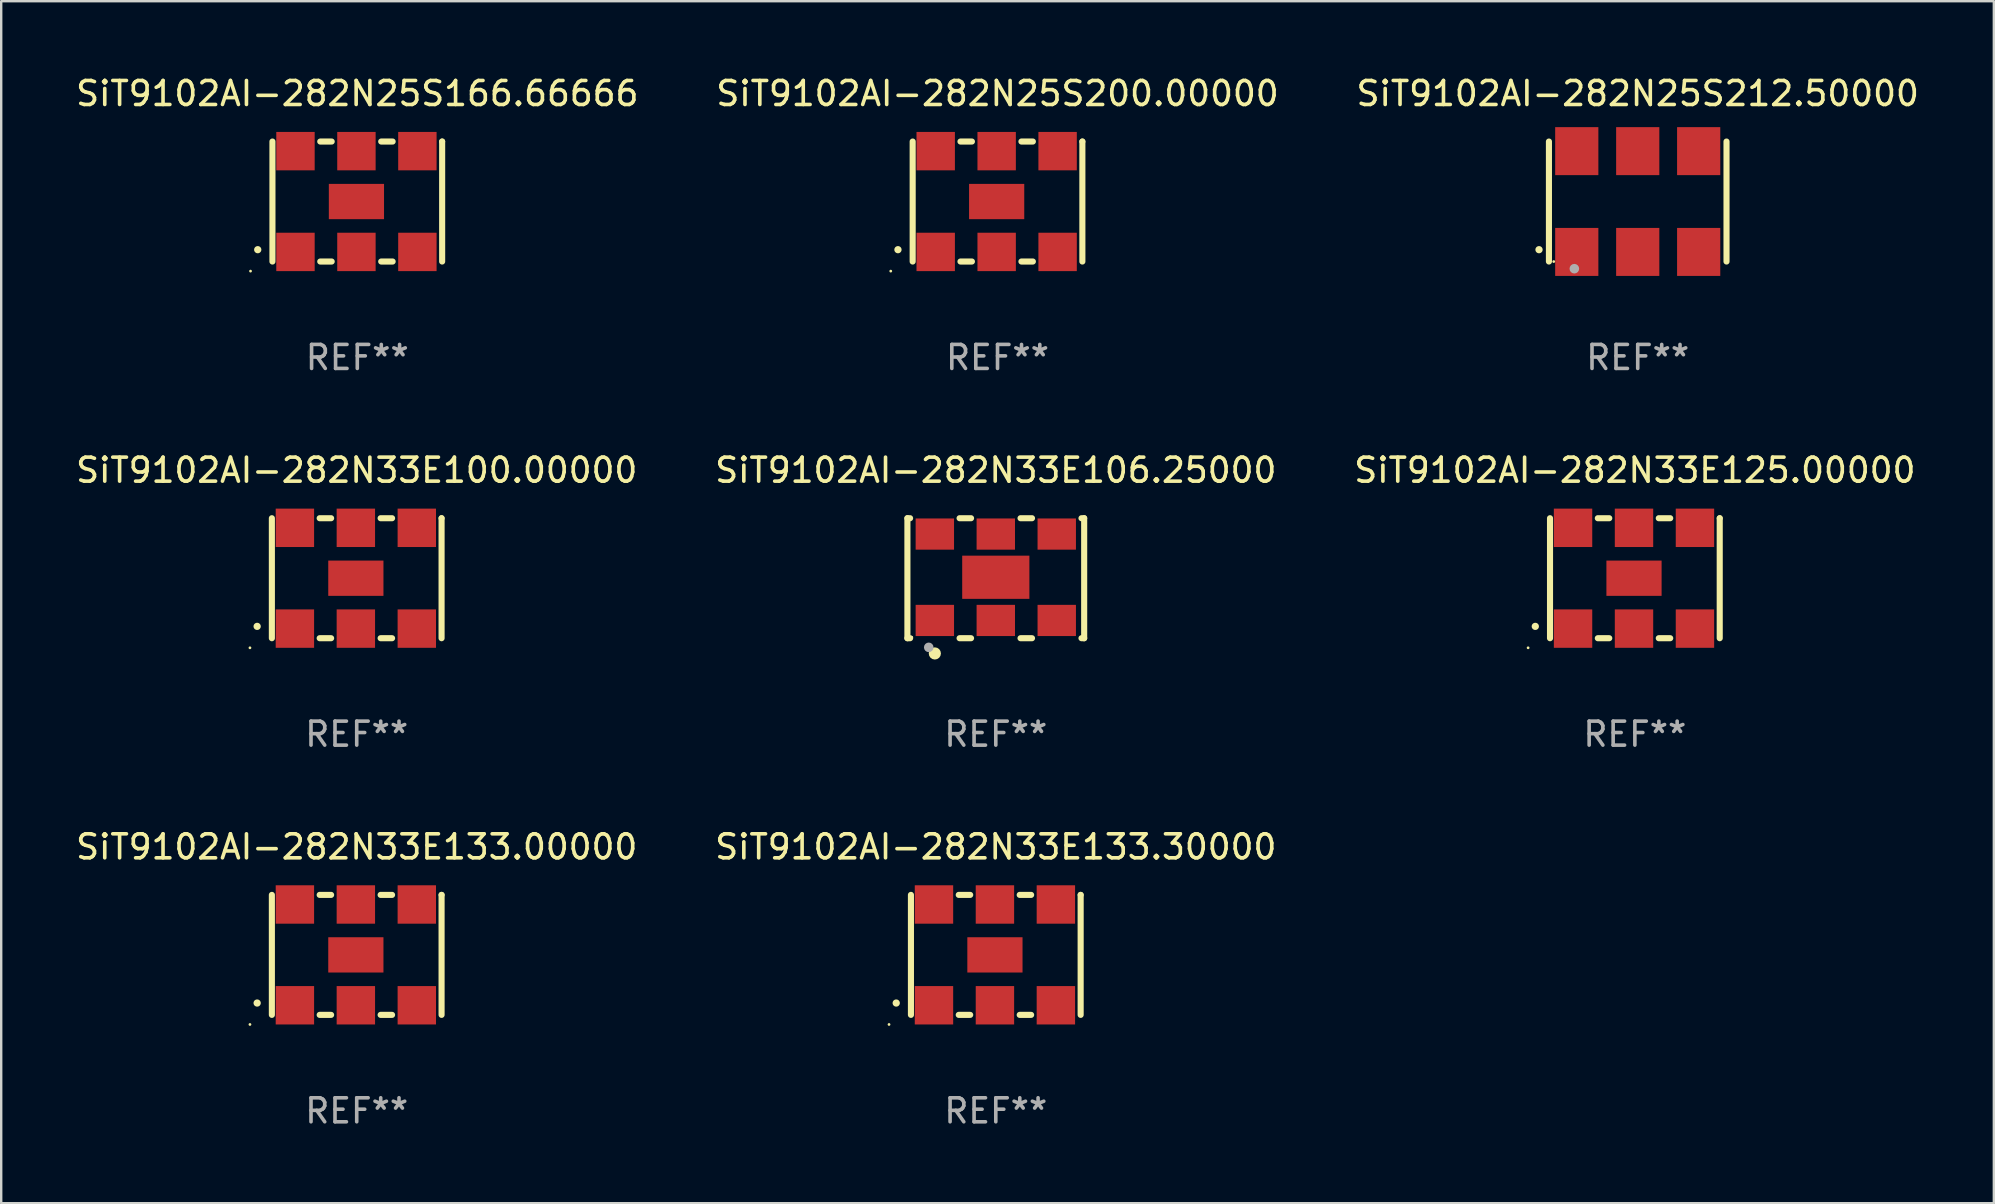
<source format=kicad_pcb>
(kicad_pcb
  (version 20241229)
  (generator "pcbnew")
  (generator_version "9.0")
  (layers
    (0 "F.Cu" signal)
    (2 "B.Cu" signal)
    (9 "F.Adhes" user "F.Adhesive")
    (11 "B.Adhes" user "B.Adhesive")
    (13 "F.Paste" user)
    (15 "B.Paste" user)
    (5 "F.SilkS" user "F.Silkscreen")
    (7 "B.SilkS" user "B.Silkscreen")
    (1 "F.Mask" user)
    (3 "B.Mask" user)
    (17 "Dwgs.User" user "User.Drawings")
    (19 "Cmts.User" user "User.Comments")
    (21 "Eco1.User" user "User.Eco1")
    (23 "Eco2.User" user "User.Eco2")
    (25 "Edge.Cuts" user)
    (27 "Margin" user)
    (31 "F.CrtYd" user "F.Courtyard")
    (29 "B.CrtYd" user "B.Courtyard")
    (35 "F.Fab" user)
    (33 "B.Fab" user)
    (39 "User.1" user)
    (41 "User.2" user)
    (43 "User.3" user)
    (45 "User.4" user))
  (footprint "SiT9102AI-282N33E100.00000"
    (layer "F.Cu")
    (at 11.815 21.045)
    (property "Reference" "SiT9102AI-282N33E100.00000" (at 0 -4.5 0) (layer "F.SilkS") (effects (font (size 1 1) (thickness 0.15))))
    (attr through_hole)
    (fp_line (start -3.536 -2.5) (end -3.536 2.5) (stroke (width 0.254) (type solid)) (layer "F.SilkS"))
    (fp_line (start -1.544 2.5) (end -1.067 2.5) (stroke (width 0.254) (type solid)) (layer "F.SilkS"))
    (fp_line (start -1.067 -2.5) (end -1.544 -2.5) (stroke (width 0.254) (type solid)) (layer "F.SilkS"))
    (fp_line (start 0.996 2.5) (end 1.473 2.5) (stroke (width 0.254) (type solid)) (layer "F.SilkS"))
    (fp_line (start 1.473 -2.5) (end 0.996 -2.5) (stroke (width 0.254) (type solid)) (layer "F.SilkS"))
    (fp_line (start 3.536 -2.5) (end 3.536 -2.5) (stroke (width 0.254) (type solid)) (layer "F.SilkS"))
    (fp_line (start 3.536 2.5) (end 3.536 -2.5) (stroke (width 0.254) (type solid)) (layer "F.SilkS"))
    (fp_arc (start -4.150432 2.006604) (mid -4.149162 2.006599) (end -4.147892 2.006604) (stroke (width 0.3) (type solid)) (layer "F.SilkS"))
    (fp_circle (center -4.449 2.9) (end -4.419 2.9) (stroke (width 0.06) (type solid)) (fill no) (layer "F.SilkS"))
    (fp_text user "REF**" (at 0 6.5 0) (layer "F.Fab") (effects (font (size 1 1) (thickness 0.15))))
    (pad "1" smd rect (at -2.576 2.1) (size 1.6 1.6) (layers "F.Cu" "F.Mask" "F.Paste"))
    (pad "2" smd rect (at -0.036 2.1) (size 1.6 1.6) (layers "F.Cu" "F.Mask" "F.Paste"))
    (pad "3" smd rect (at 2.504 2.1) (size 1.6 1.6) (layers "F.Cu" "F.Mask" "F.Paste"))
    (pad "4" smd rect (at 2.504 -2.1) (size 1.6 1.6) (layers "F.Cu" "F.Mask" "F.Paste"))
    (pad "5" smd rect (at -0.036 -2.1) (size 1.6 1.6) (layers "F.Cu" "F.Mask" "F.Paste"))
    (pad "6" smd rect (at -2.576 -2.1) (size 1.6 1.6) (layers "F.Cu" "F.Mask" "F.Paste"))
    (pad "7" smd rect (at -0.036 0) (size 2.3 1.47) (layers "F.Cu" "F.Mask" "F.Paste")))
  (footprint "SiT9102AI-282N33E133.00000"
    (layer "F.Cu")
    (at 11.815 36.741)
    (property "Reference" "SiT9102AI-282N33E133.00000" (at 0 -4.5 0) (layer "F.SilkS") (effects (font (size 1 1) (thickness 0.15))))
    (attr through_hole)
    (fp_line (start -3.536 -2.5) (end -3.536 2.5) (stroke (width 0.254) (type solid)) (layer "F.SilkS"))
    (fp_line (start -1.544 2.5) (end -1.067 2.5) (stroke (width 0.254) (type solid)) (layer "F.SilkS"))
    (fp_line (start -1.067 -2.5) (end -1.544 -2.5) (stroke (width 0.254) (type solid)) (layer "F.SilkS"))
    (fp_line (start 0.996 2.5) (end 1.473 2.5) (stroke (width 0.254) (type solid)) (layer "F.SilkS"))
    (fp_line (start 1.473 -2.5) (end 0.996 -2.5) (stroke (width 0.254) (type solid)) (layer "F.SilkS"))
    (fp_line (start 3.536 -2.5) (end 3.536 -2.5) (stroke (width 0.254) (type solid)) (layer "F.SilkS"))
    (fp_line (start 3.536 2.5) (end 3.536 -2.5) (stroke (width 0.254) (type solid)) (layer "F.SilkS"))
    (fp_arc (start -4.150432 2.006604) (mid -4.149162 2.006599) (end -4.147892 2.006604) (stroke (width 0.3) (type solid)) (layer "F.SilkS"))
    (fp_circle (center -4.449 2.9) (end -4.419 2.9) (stroke (width 0.06) (type solid)) (fill no) (layer "F.SilkS"))
    (fp_text user "REF**" (at 0 6.5 0) (layer "F.Fab") (effects (font (size 1 1) (thickness 0.15))))
    (pad "1" smd rect (at -2.576 2.1) (size 1.6 1.6) (layers "F.Cu" "F.Mask" "F.Paste"))
    (pad "2" smd rect (at -0.036 2.1) (size 1.6 1.6) (layers "F.Cu" "F.Mask" "F.Paste"))
    (pad "3" smd rect (at 2.504 2.1) (size 1.6 1.6) (layers "F.Cu" "F.Mask" "F.Paste"))
    (pad "4" smd rect (at 2.504 -2.1) (size 1.6 1.6) (layers "F.Cu" "F.Mask" "F.Paste"))
    (pad "5" smd rect (at -0.036 -2.1) (size 1.6 1.6) (layers "F.Cu" "F.Mask" "F.Paste"))
    (pad "6" smd rect (at -2.576 -2.1) (size 1.6 1.6) (layers "F.Cu" "F.Mask" "F.Paste"))
    (pad "7" smd rect (at -0.036 0) (size 2.3 1.47) (layers "F.Cu" "F.Mask" "F.Paste")))
  (footprint "SiT9102AI-282N25S212.50000"
    (layer "F.Cu")
    (at 65.196 5.348)
    (property "Reference" "SiT9102AI-282N25S212.50000" (at 0 -4.5 0) (layer "F.SilkS") (effects (font (size 1 1) (thickness 0.15))))
    (attr through_hole)
    (fp_line (start -3.7 -2.5) (end -3.7 2.5) (stroke (width 0.254) (type solid)) (layer "F.SilkS"))
    (fp_line (start 3.7 -2.5) (end 3.7 2.5) (stroke (width 0.254) (type solid)) (layer "F.SilkS"))
    (fp_arc (start -4.114415 2.006604) (mid -4.113145 2.006599) (end -4.111875 2.006604) (stroke (width 0.3) (type solid)) (layer "F.SilkS"))
    (fp_circle (center -3.5 2.501) (end -3.47 2.501) (stroke (width 0.06) (type solid)) (fill no) (layer "F.SilkS"))
    (fp_circle (center -2.641 2.799) (end -2.541 2.799) (stroke (width 0.2) (type solid)) (fill no) (layer "F.Fab"))
    (fp_text user "REF**" (at 0 6.5 0) (layer "F.Fab") (effects (font (size 1 1) (thickness 0.15))))
    (pad "1" smd rect (at -2.54 2.1) (size 1.8 2) (layers "F.Cu" "F.Mask" "F.Paste"))
    (pad "2" smd rect (at 0.000394 2.1) (size 1.8 2) (layers "F.Cu" "F.Mask" "F.Paste"))
    (pad "3" smd rect (at 2.54 2.1) (size 1.8 2) (layers "F.Cu" "F.Mask" "F.Paste"))
    (pad "4" smd rect (at 2.54 -2.1) (size 1.8 2) (layers "F.Cu" "F.Mask" "F.Paste"))
    (pad "5" smd rect (at 0.000394 -2.1) (size 1.8 2) (layers "F.Cu" "F.Mask" "F.Paste"))
    (pad "6" smd rect (at -2.54 -2.1) (size 1.8 2) (layers "F.Cu" "F.Mask" "F.Paste")))
  (footprint "SiT9102AI-282N33E106.25000"
    (layer "F.Cu")
    (at 38.446 21.045)
    (property "Reference" "SiT9102AI-282N33E106.25000" (at 0 -4.5 0) (layer "F.SilkS") (effects (font (size 1 1) (thickness 0.15))))
    (attr through_hole)
    (fp_line (start -3.683 -2.5) (end -3.571 -2.5) (stroke (width 0.254) (type solid)) (layer "F.SilkS"))
    (fp_line (start -3.683 2.5) (end -3.683 -2.5) (stroke (width 0.254) (type solid)) (layer "F.SilkS"))
    (fp_line (start -3.683 2.5) (end -3.571 2.5) (stroke (width 0.254) (type solid)) (layer "F.SilkS"))
    (fp_line (start -1.509 -2.5) (end -1.031 -2.5) (stroke (width 0.254) (type solid)) (layer "F.SilkS"))
    (fp_line (start -1.509 2.5) (end -1.031 2.5) (stroke (width 0.254) (type solid)) (layer "F.SilkS"))
    (fp_line (start 1.031 -2.5) (end 1.509 -2.5) (stroke (width 0.254) (type solid)) (layer "F.SilkS"))
    (fp_line (start 1.031 2.5) (end 1.509 2.5) (stroke (width 0.254) (type solid)) (layer "F.SilkS"))
    (fp_line (start 3.571 -2.5) (end 3.683 -2.5) (stroke (width 0.254) (type solid)) (layer "F.SilkS"))
    (fp_line (start 3.571 2.5) (end 3.683 2.5) (stroke (width 0.254) (type solid)) (layer "F.SilkS"))
    (fp_line (start 3.683 2.5) (end 3.683 -2.5) (stroke (width 0.254) (type solid)) (layer "F.SilkS"))
    (fp_circle (center -3.5 2.46) (end -3.47 2.46) (stroke (width 0.06) (type solid)) (fill no) (layer "F.SilkS"))
    (fp_circle (center -2.54 3.135) (end -2.413 3.135) (stroke (width 0.254) (type solid)) (fill no) (layer "F.SilkS"))
    (fp_circle (center -2.794 2.881) (end -2.694 2.881) (stroke (width 0.2) (type solid)) (fill no) (layer "F.Fab"))
    (fp_text user "REF**" (at 0 6.5 0) (layer "F.Fab") (effects (font (size 1 1) (thickness 0.15))))
    (pad "1" smd rect (at -2.54 1.76) (size 1.6 1.3) (layers "F.Cu" "F.Mask" "F.Paste"))
    (pad "2" smd rect (at 0 1.76) (size 1.6 1.3) (layers "F.Cu" "F.Mask" "F.Paste"))
    (pad "3" smd rect (at 2.54 1.76) (size 1.6 1.3) (layers "F.Cu" "F.Mask" "F.Paste"))
    (pad "4" smd rect (at 2.54 -1.84) (size 1.6 1.3) (layers "F.Cu" "F.Mask" "F.Paste"))
    (pad "5" smd rect (at 0 -1.84) (size 1.6 1.3) (layers "F.Cu" "F.Mask" "F.Paste"))
    (pad "6" smd rect (at -2.54 -1.84) (size 1.6 1.3) (layers "F.Cu" "F.Mask" "F.Paste"))
    (pad "7" smd rect (at 0 -0.04) (size 2.8 1.8) (layers "F.Cu" "F.Mask" "F.Paste")))
  (footprint "SiT9102AI-282N25S200.00000"
    (layer "F.Cu")
    (at 38.518 5.348)
    (property "Reference" "SiT9102AI-282N25S200.00000" (at 0 -4.5 0) (layer "F.SilkS") (effects (font (size 1 1) (thickness 0.15))))
    (attr through_hole)
    (fp_line (start -3.536 -2.5) (end -3.536 2.5) (stroke (width 0.254) (type solid)) (layer "F.SilkS"))
    (fp_line (start -1.544 2.5) (end -1.067 2.5) (stroke (width 0.254) (type solid)) (layer "F.SilkS"))
    (fp_line (start -1.067 -2.5) (end -1.544 -2.5) (stroke (width 0.254) (type solid)) (layer "F.SilkS"))
    (fp_line (start 0.996 2.5) (end 1.473 2.5) (stroke (width 0.254) (type solid)) (layer "F.SilkS"))
    (fp_line (start 1.473 -2.5) (end 0.996 -2.5) (stroke (width 0.254) (type solid)) (layer "F.SilkS"))
    (fp_line (start 3.536 -2.5) (end 3.536 -2.5) (stroke (width 0.254) (type solid)) (layer "F.SilkS"))
    (fp_line (start 3.536 2.5) (end 3.536 -2.5) (stroke (width 0.254) (type solid)) (layer "F.SilkS"))
    (fp_arc (start -4.150432 2.006604) (mid -4.149162 2.006599) (end -4.147892 2.006604) (stroke (width 0.3) (type solid)) (layer "F.SilkS"))
    (fp_circle (center -4.449 2.9) (end -4.419 2.9) (stroke (width 0.06) (type solid)) (fill no) (layer "F.SilkS"))
    (fp_text user "REF**" (at 0 6.5 0) (layer "F.Fab") (effects (font (size 1 1) (thickness 0.15))))
    (pad "1" smd rect (at -2.576 2.1) (size 1.6 1.6) (layers "F.Cu" "F.Mask" "F.Paste"))
    (pad "2" smd rect (at -0.036 2.1) (size 1.6 1.6) (layers "F.Cu" "F.Mask" "F.Paste"))
    (pad "3" smd rect (at 2.504 2.1) (size 1.6 1.6) (layers "F.Cu" "F.Mask" "F.Paste"))
    (pad "4" smd rect (at 2.504 -2.1) (size 1.6 1.6) (layers "F.Cu" "F.Mask" "F.Paste"))
    (pad "5" smd rect (at -0.036 -2.1) (size 1.6 1.6) (layers "F.Cu" "F.Mask" "F.Paste"))
    (pad "6" smd rect (at -2.576 -2.1) (size 1.6 1.6) (layers "F.Cu" "F.Mask" "F.Paste"))
    (pad "7" smd rect (at -0.036 0) (size 2.3 1.47) (layers "F.Cu" "F.Mask" "F.Paste")))
  (footprint "SiT9102AI-282N33E133.30000"
    (layer "F.Cu")
    (at 38.446 36.741)
    (property "Reference" "SiT9102AI-282N33E133.30000" (at 0 -4.5 0) (layer "F.SilkS") (effects (font (size 1 1) (thickness 0.15))))
    (attr through_hole)
    (fp_line (start -3.536 -2.5) (end -3.536 2.5) (stroke (width 0.254) (type solid)) (layer "F.SilkS"))
    (fp_line (start -1.544 2.5) (end -1.067 2.5) (stroke (width 0.254) (type solid)) (layer "F.SilkS"))
    (fp_line (start -1.067 -2.5) (end -1.544 -2.5) (stroke (width 0.254) (type solid)) (layer "F.SilkS"))
    (fp_line (start 0.996 2.5) (end 1.473 2.5) (stroke (width 0.254) (type solid)) (layer "F.SilkS"))
    (fp_line (start 1.473 -2.5) (end 0.996 -2.5) (stroke (width 0.254) (type solid)) (layer "F.SilkS"))
    (fp_line (start 3.536 -2.5) (end 3.536 -2.5) (stroke (width 0.254) (type solid)) (layer "F.SilkS"))
    (fp_line (start 3.536 2.5) (end 3.536 -2.5) (stroke (width 0.254) (type solid)) (layer "F.SilkS"))
    (fp_arc (start -4.150432 2.006604) (mid -4.149162 2.006599) (end -4.147892 2.006604) (stroke (width 0.3) (type solid)) (layer "F.SilkS"))
    (fp_circle (center -4.449 2.9) (end -4.419 2.9) (stroke (width 0.06) (type solid)) (fill no) (layer "F.SilkS"))
    (fp_text user "REF**" (at 0 6.5 0) (layer "F.Fab") (effects (font (size 1 1) (thickness 0.15))))
    (pad "1" smd rect (at -2.576 2.1) (size 1.6 1.6) (layers "F.Cu" "F.Mask" "F.Paste"))
    (pad "2" smd rect (at -0.036 2.1) (size 1.6 1.6) (layers "F.Cu" "F.Mask" "F.Paste"))
    (pad "3" smd rect (at 2.504 2.1) (size 1.6 1.6) (layers "F.Cu" "F.Mask" "F.Paste"))
    (pad "4" smd rect (at 2.504 -2.1) (size 1.6 1.6) (layers "F.Cu" "F.Mask" "F.Paste"))
    (pad "5" smd rect (at -0.036 -2.1) (size 1.6 1.6) (layers "F.Cu" "F.Mask" "F.Paste"))
    (pad "6" smd rect (at -2.576 -2.1) (size 1.6 1.6) (layers "F.Cu" "F.Mask" "F.Paste"))
    (pad "7" smd rect (at -0.036 0) (size 2.3 1.47) (layers "F.Cu" "F.Mask" "F.Paste")))
  (footprint "SiT9102AI-282N33E125.00000"
    (layer "F.Cu")
    (at 65.077 21.045)
    (property "Reference" "SiT9102AI-282N33E125.00000" (at 0 -4.5 0) (layer "F.SilkS") (effects (font (size 1 1) (thickness 0.15))))
    (attr through_hole)
    (fp_line (start -3.536 -2.5) (end -3.536 2.5) (stroke (width 0.254) (type solid)) (layer "F.SilkS"))
    (fp_line (start -1.544 2.5) (end -1.067 2.5) (stroke (width 0.254) (type solid)) (layer "F.SilkS"))
    (fp_line (start -1.067 -2.5) (end -1.544 -2.5) (stroke (width 0.254) (type solid)) (layer "F.SilkS"))
    (fp_line (start 0.996 2.5) (end 1.473 2.5) (stroke (width 0.254) (type solid)) (layer "F.SilkS"))
    (fp_line (start 1.473 -2.5) (end 0.996 -2.5) (stroke (width 0.254) (type solid)) (layer "F.SilkS"))
    (fp_line (start 3.536 -2.5) (end 3.536 -2.5) (stroke (width 0.254) (type solid)) (layer "F.SilkS"))
    (fp_line (start 3.536 2.5) (end 3.536 -2.5) (stroke (width 0.254) (type solid)) (layer "F.SilkS"))
    (fp_arc (start -4.150432 2.006604) (mid -4.149162 2.006599) (end -4.147892 2.006604) (stroke (width 0.3) (type solid)) (layer "F.SilkS"))
    (fp_circle (center -4.449 2.9) (end -4.419 2.9) (stroke (width 0.06) (type solid)) (fill no) (layer "F.SilkS"))
    (fp_text user "REF**" (at 0 6.5 0) (layer "F.Fab") (effects (font (size 1 1) (thickness 0.15))))
    (pad "1" smd rect (at -2.576 2.1) (size 1.6 1.6) (layers "F.Cu" "F.Mask" "F.Paste"))
    (pad "2" smd rect (at -0.036 2.1) (size 1.6 1.6) (layers "F.Cu" "F.Mask" "F.Paste"))
    (pad "3" smd rect (at 2.504 2.1) (size 1.6 1.6) (layers "F.Cu" "F.Mask" "F.Paste"))
    (pad "4" smd rect (at 2.504 -2.1) (size 1.6 1.6) (layers "F.Cu" "F.Mask" "F.Paste"))
    (pad "5" smd rect (at -0.036 -2.1) (size 1.6 1.6) (layers "F.Cu" "F.Mask" "F.Paste"))
    (pad "6" smd rect (at -2.576 -2.1) (size 1.6 1.6) (layers "F.Cu" "F.Mask" "F.Paste"))
    (pad "7" smd rect (at -0.036 0) (size 2.3 1.47) (layers "F.Cu" "F.Mask" "F.Paste")))
  (footprint "SiT9102AI-282N25S166.66666"
    (layer "F.Cu")
    (at 11.839 5.348)
    (property "Reference" "SiT9102AI-282N25S166.66666" (at 0 -4.5 0) (layer "F.SilkS") (effects (font (size 1 1) (thickness 0.15))))
    (attr through_hole)
    (fp_line (start -3.536 -2.5) (end -3.536 2.5) (stroke (width 0.254) (type solid)) (layer "F.SilkS"))
    (fp_line (start -1.544 2.5) (end -1.067 2.5) (stroke (width 0.254) (type solid)) (layer "F.SilkS"))
    (fp_line (start -1.067 -2.5) (end -1.544 -2.5) (stroke (width 0.254) (type solid)) (layer "F.SilkS"))
    (fp_line (start 0.996 2.5) (end 1.473 2.5) (stroke (width 0.254) (type solid)) (layer "F.SilkS"))
    (fp_line (start 1.473 -2.5) (end 0.996 -2.5) (stroke (width 0.254) (type solid)) (layer "F.SilkS"))
    (fp_line (start 3.536 -2.5) (end 3.536 -2.5) (stroke (width 0.254) (type solid)) (layer "F.SilkS"))
    (fp_line (start 3.536 2.5) (end 3.536 -2.5) (stroke (width 0.254) (type solid)) (layer "F.SilkS"))
    (fp_arc (start -4.150432 2.006604) (mid -4.149162 2.006599) (end -4.147892 2.006604) (stroke (width 0.3) (type solid)) (layer "F.SilkS"))
    (fp_circle (center -4.449 2.9) (end -4.419 2.9) (stroke (width 0.06) (type solid)) (fill no) (layer "F.SilkS"))
    (fp_text user "REF**" (at 0 6.5 0) (layer "F.Fab") (effects (font (size 1 1) (thickness 0.15))))
    (pad "1" smd rect (at -2.576 2.1) (size 1.6 1.6) (layers "F.Cu" "F.Mask" "F.Paste"))
    (pad "2" smd rect (at -0.036 2.1) (size 1.6 1.6) (layers "F.Cu" "F.Mask" "F.Paste"))
    (pad "3" smd rect (at 2.504 2.1) (size 1.6 1.6) (layers "F.Cu" "F.Mask" "F.Paste"))
    (pad "4" smd rect (at 2.504 -2.1) (size 1.6 1.6) (layers "F.Cu" "F.Mask" "F.Paste"))
    (pad "5" smd rect (at -0.036 -2.1) (size 1.6 1.6) (layers "F.Cu" "F.Mask" "F.Paste"))
    (pad "6" smd rect (at -2.576 -2.1) (size 1.6 1.6) (layers "F.Cu" "F.Mask" "F.Paste"))
    (pad "7" smd rect (at -0.036 0) (size 2.3 1.47) (layers "F.Cu" "F.Mask" "F.Paste")))
  (gr_rect
    (start -3 -3)
    (end 80.036 47.09)
    (stroke (width 0.1) (type default))
    (fill no)
    (layer "Edge.Cuts")))
</source>
